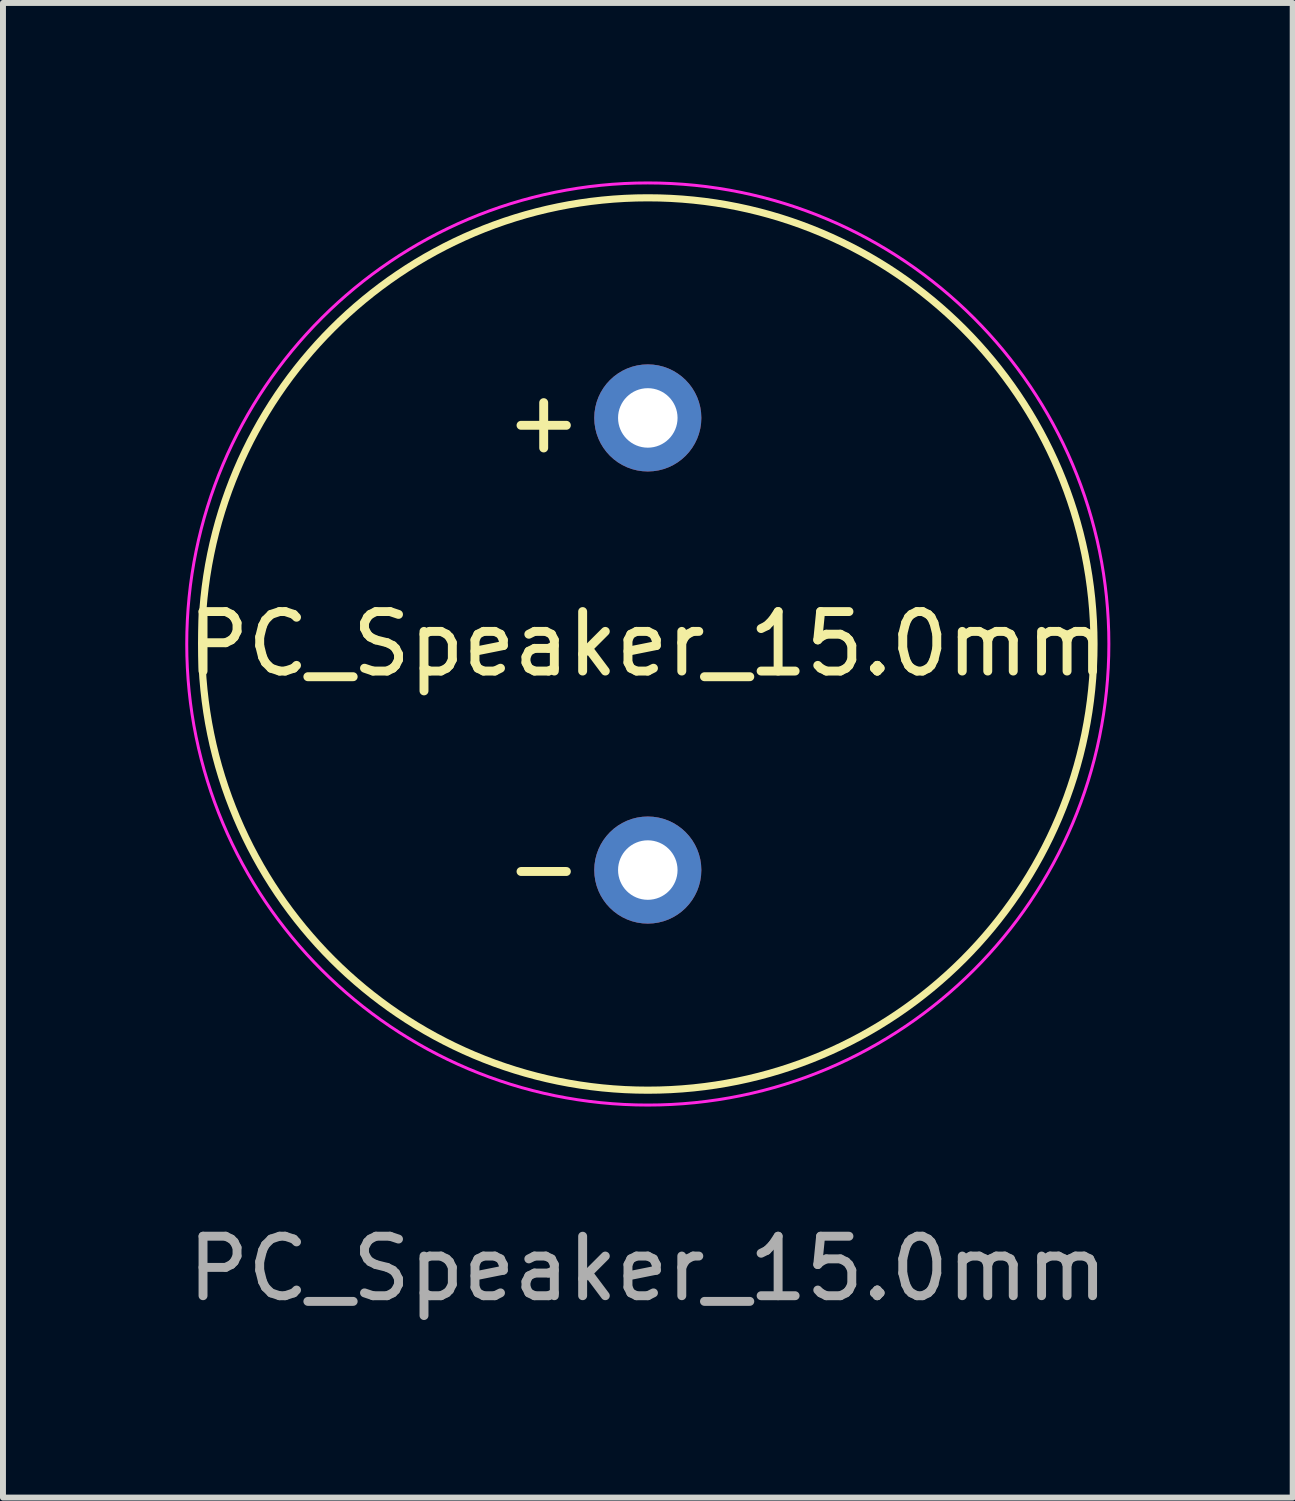
<source format=kicad_pcb>
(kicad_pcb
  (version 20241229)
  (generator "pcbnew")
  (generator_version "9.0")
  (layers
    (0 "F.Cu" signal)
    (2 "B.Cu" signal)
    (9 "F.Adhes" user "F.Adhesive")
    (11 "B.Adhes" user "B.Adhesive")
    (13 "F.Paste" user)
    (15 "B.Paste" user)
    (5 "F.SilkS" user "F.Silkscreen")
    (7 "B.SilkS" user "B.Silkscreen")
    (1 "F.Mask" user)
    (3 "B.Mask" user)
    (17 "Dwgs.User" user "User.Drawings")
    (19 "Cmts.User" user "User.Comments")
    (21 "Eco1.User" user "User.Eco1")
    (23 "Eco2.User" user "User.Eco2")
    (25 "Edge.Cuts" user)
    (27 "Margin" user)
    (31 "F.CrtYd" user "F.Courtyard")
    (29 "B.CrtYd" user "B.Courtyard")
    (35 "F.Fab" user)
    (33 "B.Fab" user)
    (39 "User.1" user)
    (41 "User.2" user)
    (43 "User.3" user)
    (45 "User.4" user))
  (footprint "PC_Speaker_15.0mm"
    (layer "F.Cu")
    (at 7.839 7.775)
    (property "Reference" "PC_Speaker_15.0mm" (at 0 0 0) (unlocked yes) (layer "F.SilkS") (effects (font (size 1 1) (thickness 0.15))))
    (attr through_hole)
    (fp_circle (center 0 0) (end 7.5 0) (stroke (width 0.12) (type default)) (fill no) (layer "F.SilkS"))
    (fp_circle (center 0 0) (end 7.75 0) (stroke (width 0.05) (type default)) (fill no) (layer "F.CrtYd"))
    (fp_text user "-" (at -1.75 3.75 0) (unlocked yes) (layer "F.SilkS") (effects (font (size 1 1) (thickness 0.15))))
    (fp_text user "+" (at -1.75 -3.75 0) (unlocked yes) (layer "F.SilkS") (effects (font (size 1 1) (thickness 0.15))))
    (fp_text user "${REFERENCE}" (at 0 10.5 0) (unlocked yes) (layer "F.Fab") (effects (font (size 1 1) (thickness 0.15))))
    (pad "1" thru_hole circle (at 0 -3.8) (size 1.8 1.8) (drill 1) (layers "*.Cu" "*.Mask"))
    (pad "2" thru_hole circle (at 0 3.8) (size 1.8 1.8) (drill 1) (layers "*.Cu" "*.Mask")))
  (gr_rect
    (start -3 -3)
    (end 18.679 22.123)
    (stroke (width 0.1) (type default))
    (fill no)
    (layer "Edge.Cuts")))
</source>
